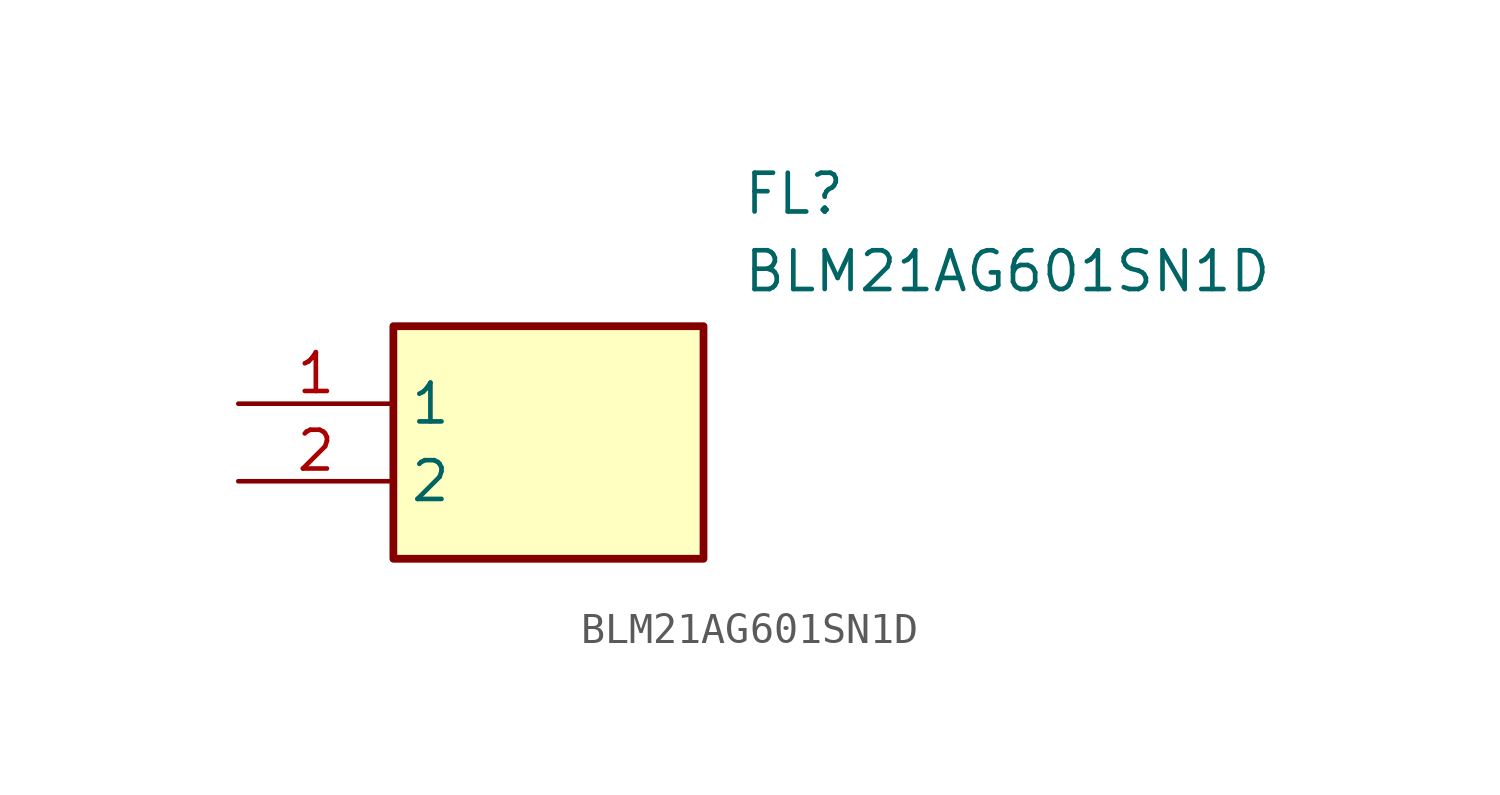
<source format=kicad_sym>
(kicad_symbol_lib
  (version 20211014)
  (generator SamacSys_ECAD_Model)
  (symbol "BLM21AG601SN1D"
    (property "Reference" "FL"
      (at 16.51 7.62 0)
      (effects (font (size 1.27 1.27)) (justify left top)))
    (property "Value" "BLM21AG601SN1D"
      (at 16.51 5.08 0)
      (effects (font (size 1.27 1.27)) (justify left top)))
    (rectangle
      (start 5.08 2.54)
      (end 15.24 -5.08)
      (stroke (width 0.254) (type default))
      (fill (type background)))
    (pin passive line
      (at 0 0 0)
      (length 5.08)
      (name "1" (effects (font (size 1.27 1.27))))
      (number "1" (effects (font (size 1.27 1.27)))))
    (pin passive line
      (at 0 -2.54 0)
      (length 5.08)
      (name "2" (effects (font (size 1.27 1.27))))
      (number "2" (effects (font (size 1.27 1.27)))))))
</source>
